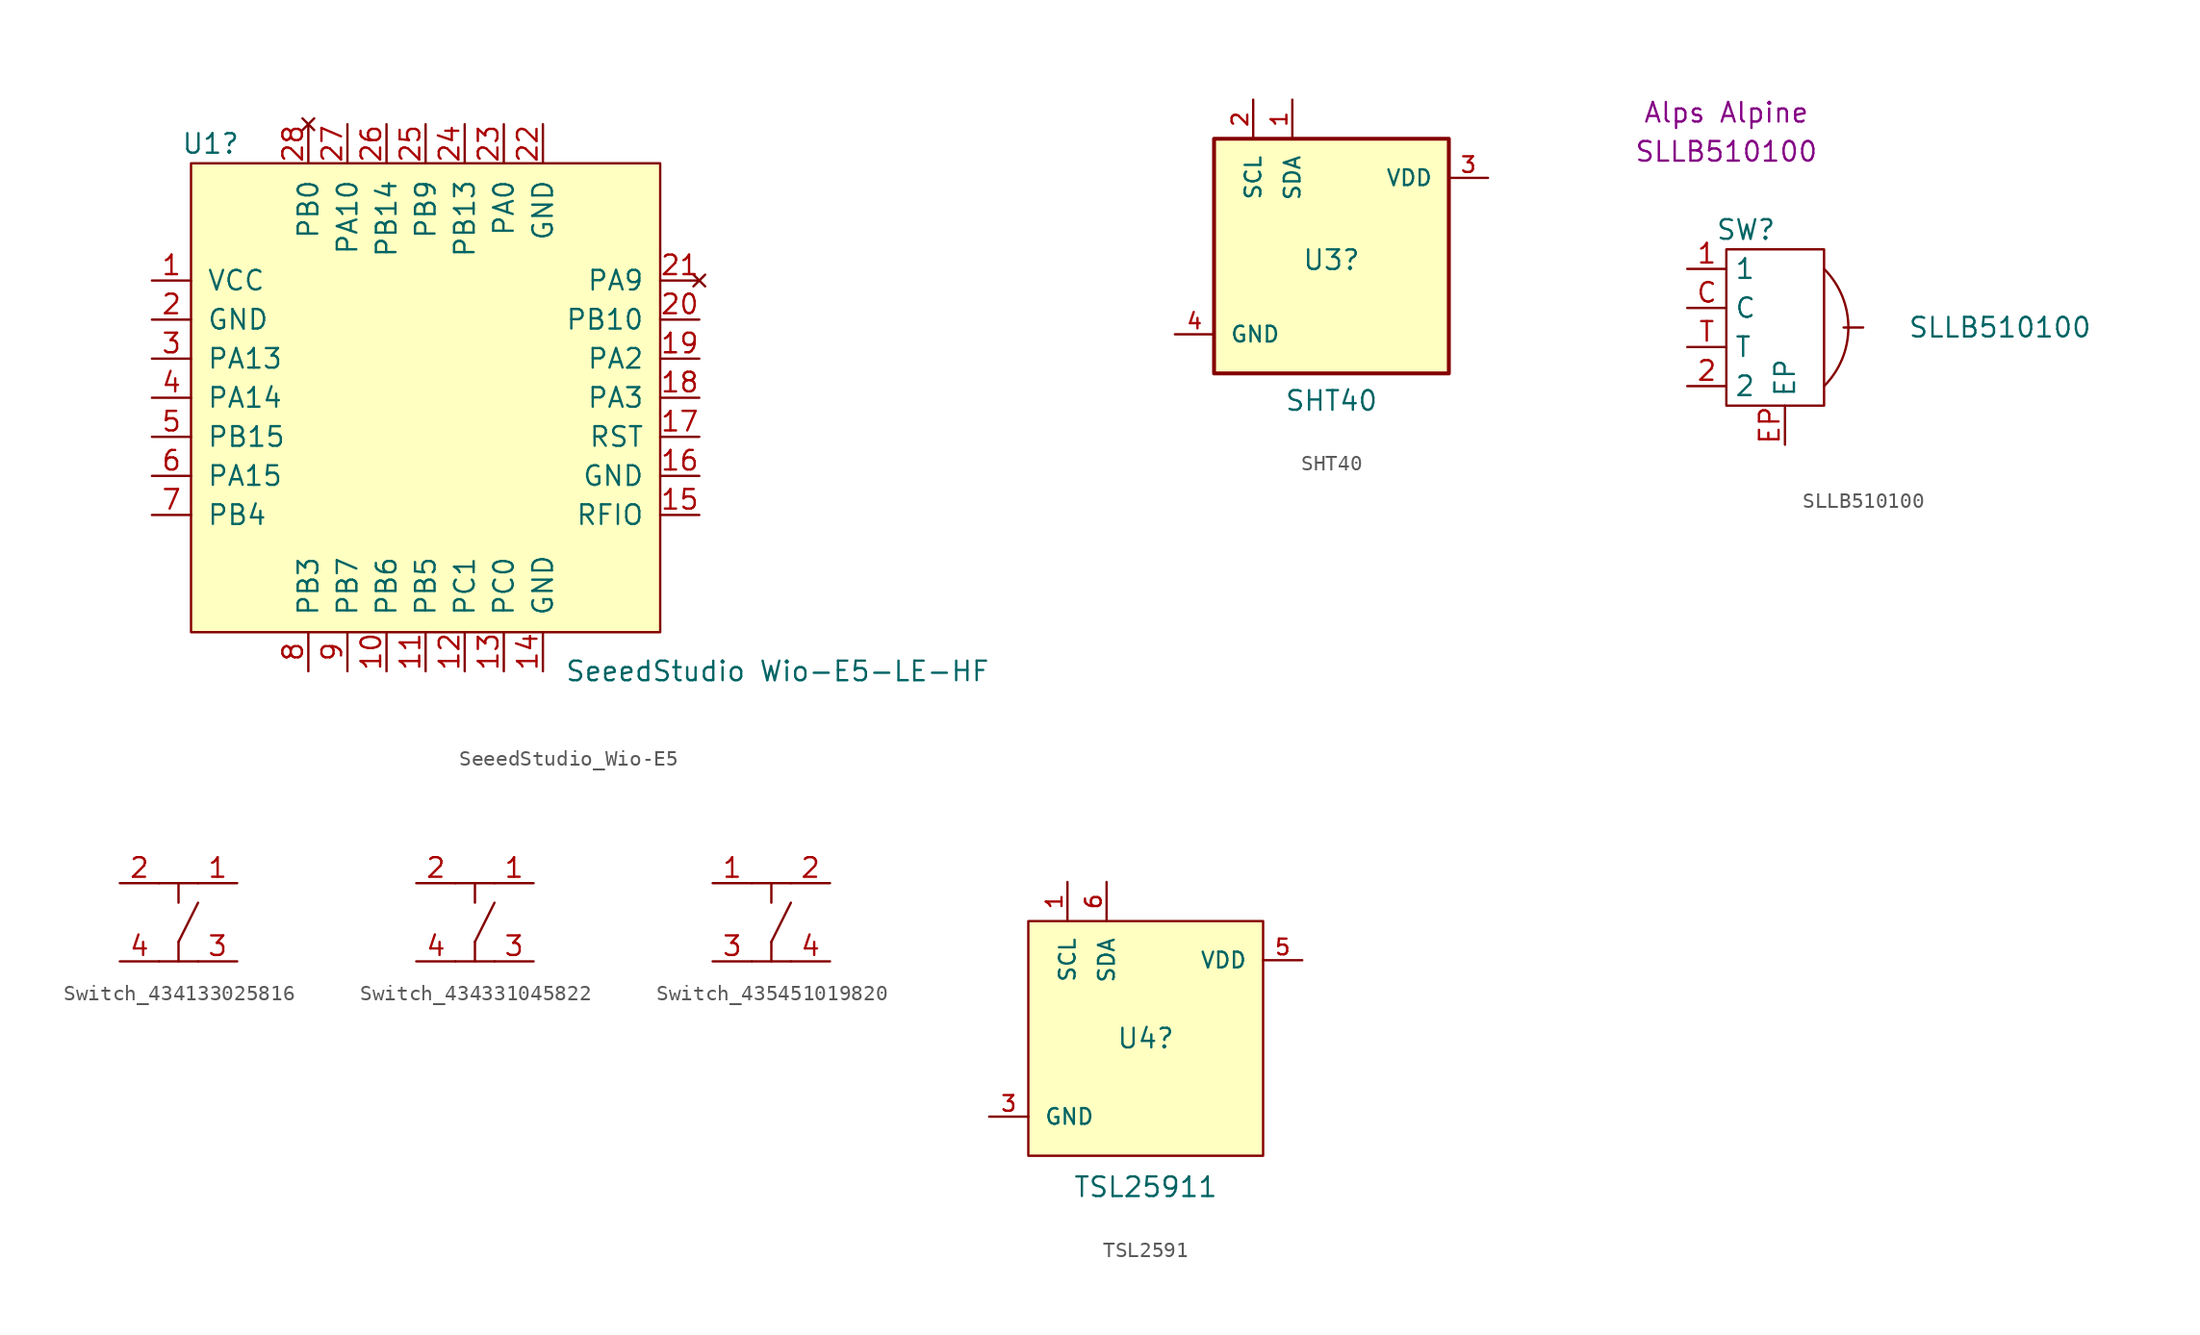
<source format=kicad_sym>
(kicad_symbol_lib
  (version 20231120)
  (generator "kicad_symbol_editor")
  (generator_version "8.0")
  (symbol "SeeedStudio_Wio-E5"
    (pin_names
      (offset 1.016))
    (property "Reference" "U1"
      (at -13.97 16.51 0)
      (effects (font (size 1.27 1.27))))
    (property "Value" "SeeedStudio Wio-E5-LE-HF"
      (at 22.86 -17.78 0)
      (effects (font (size 1.27 1.27))))
    (symbol "SeeedStudio_Wio-E5_0_1"
      (rectangle (start -15.24 15.24) (end 15.24 -15.24) (stroke (width 0) (type default)) (fill (type background))))
    (symbol "SeeedStudio_Wio-E5_1_1"
      (pin power_in line (at -17.78 7.62 0) (length 2.54) (name "VCC" (effects (font (size 1.27 1.27)))) (number "1" (effects (font (size 1.27 1.27)))))
      (pin output line (at -2.54 -17.78 90) (length 2.54) (name "PB6" (effects (font (size 1.27 1.27)))) (number "10" (effects (font (size 1.27 1.27)))))
      (pin output line (at 0 -17.78 90) (length 2.54) (name "PB5" (effects (font (size 1.27 1.27)))) (number "11" (effects (font (size 1.27 1.27)))))
      (pin output line (at 2.54 -17.78 90) (length 2.54) (name "PC1" (effects (font (size 1.27 1.27)))) (number "12" (effects (font (size 1.27 1.27)))))
      (pin output line (at 5.08 -17.78 90) (length 2.54) (name "PC0" (effects (font (size 1.27 1.27)))) (number "13" (effects (font (size 1.27 1.27)))))
      (pin power_in line (at 7.62 -17.78 90) (length 2.54) (name "GND" (effects (font (size 1.27 1.27)))) (number "14" (effects (font (size 1.27 1.27)))))
      (pin bidirectional line (at 17.78 -7.62 180) (length 2.54) (name "RFIO" (effects (font (size 1.27 1.27)))) (number "15" (effects (font (size 1.27 1.27)))))
      (pin power_in line (at 17.78 -5.08 180) (length 2.54) (name "GND" (effects (font (size 1.27 1.27)))) (number "16" (effects (font (size 1.27 1.27)))))
      (pin input line (at 17.78 -2.54 180) (length 2.54) (name "RST" (effects (font (size 1.27 1.27)))) (number "17" (effects (font (size 1.27 1.27)))))
      (pin input line (at 17.78 0 180) (length 2.54) (name "PA3" (effects (font (size 1.27 1.27)))) (number "18" (effects (font (size 1.27 1.27)))))
      (pin output line (at 17.78 2.54 180) (length 2.54) (name "PA2" (effects (font (size 1.27 1.27)))) (number "19" (effects (font (size 1.27 1.27)))))
      (pin power_in line (at -17.78 5.08 0) (length 2.54) (name "GND" (effects (font (size 1.27 1.27)))) (number "2" (effects (font (size 1.27 1.27)))))
      (pin input line (at 17.78 5.08 180) (length 2.54) (name "PB10" (effects (font (size 1.27 1.27)))) (number "20" (effects (font (size 1.27 1.27)))))
      (pin no_connect line (at 17.78 7.62 180) (length 2.54) (name "PA9" (effects (font (size 1.27 1.27)))) (number "21" (effects (font (size 1.27 1.27)))))
      (pin power_in line (at 7.62 17.78 270) (length 2.54) (name "GND" (effects (font (size 1.27 1.27)))) (number "22" (effects (font (size 1.27 1.27)))))
      (pin output line (at 5.08 17.78 270) (length 2.54) (name "PA0" (effects (font (size 1.27 1.27)))) (number "23" (effects (font (size 1.27 1.27)))))
      (pin output line (at 2.54 17.78 270) (length 2.54) (name "PB13~{}" (effects (font (size 1.27 1.27)))) (number "24" (effects (font (size 1.27 1.27)))))
      (pin output line (at 0 17.78 270) (length 2.54) (name "PB9" (effects (font (size 1.27 1.27)))) (number "25" (effects (font (size 1.27 1.27)))))
      (pin output line (at -2.54 17.78 270) (length 2.54) (name "PB14" (effects (font (size 1.27 1.27)))) (number "26" (effects (font (size 1.27 1.27)))))
      (pin output line (at -5.08 17.78 270) (length 2.54) (name "PA10" (effects (font (size 1.27 1.27)))) (number "27" (effects (font (size 1.27 1.27)))))
      (pin no_connect line (at -7.62 17.78 270) (length 2.54) (name "PB0" (effects (font (size 1.27 1.27)))) (number "28" (effects (font (size 1.27 1.27)))))
      (pin bidirectional line (at -17.78 2.54 0) (length 2.54) (name "PA13" (effects (font (size 1.27 1.27)))) (number "3" (effects (font (size 1.27 1.27)))))
      (pin input line (at -17.78 0 0) (length 2.54) (name "PA14" (effects (font (size 1.27 1.27)))) (number "4" (effects (font (size 1.27 1.27)))))
      (pin output line (at -17.78 -2.54 0) (length 2.54) (name "PB15" (effects (font (size 1.27 1.27)))) (number "5" (effects (font (size 1.27 1.27)))))
      (pin bidirectional line (at -17.78 -5.08 0) (length 2.54) (name "PA15" (effects (font (size 1.27 1.27)))) (number "6" (effects (font (size 1.27 1.27)))))
      (pin input line (at -17.78 -7.62 0) (length 2.54) (name "PB4" (effects (font (size 1.27 1.27)))) (number "7" (effects (font (size 1.27 1.27)))))
      (pin input line (at -7.62 -17.78 90) (length 2.54) (name "PB3" (effects (font (size 1.27 1.27)))) (number "8" (effects (font (size 1.27 1.27)))))
      (pin input line (at -5.08 -17.78 90) (length 2.54) (name "PB7" (effects (font (size 1.27 1.27)))) (number "9" (effects (font (size 1.27 1.27)))))))
  (symbol "SHT40"
    (pin_names
      (offset 1.016))
    (property "Reference" "U3"
      (at 0 -0.254 0)
      (effects (font (size 1.27 1.27))))
    (property "Value" "SHT40"
      (at 0 -9.398 0)
      (effects (font (size 1.27 1.27))))
    (symbol "SHT40_0_0"
      (rectangle (start -7.62 7.62) (end 7.62 -7.62) (stroke (width 0.254) (type default)) (fill (type background))))
    (symbol "SHT40_1_0"
      (pin bidirectional line (at -2.54 10.16 270) (length 2.54) (name "SDA" (effects (font (size 1.016 1.016)))) (number "1" (effects (font (size 1.016 1.016)))))
      (pin input line (at -5.08 10.16 270) (length 2.54) (name "SCL" (effects (font (size 1.016 1.016)))) (number "2" (effects (font (size 1.016 1.016)))))
      (pin power_in line (at 10.16 5.08 180) (length 2.54) (name "VDD" (effects (font (size 1.016 1.016)))) (number "3" (effects (font (size 1.016 1.016)))))
      (pin power_in line (at -10.16 -5.08 0) (length 2.54) (name "GND" (effects (font (size 1.016 1.016)))) (number "4" (effects (font (size 1.016 1.016)))))))
  (symbol "SLLB510100"
    (property "Reference" "SW"
      (at 1.27 0 0)
      (effects (font (size 1.27 1.27))))
    (property "Value" "SLLB510100"
      (at 17.78 -6.35 0)
      (effects (font (size 1.27 1.27))))
    (property "manufacturerName" "Alps Alpine"
      (at 0 7.62 0)
      (effects (font (size 1.27 1.27))))
    (property "manufacturerPartNumber" "SLLB510100"
      (at 0 5.08 0)
      (effects (font (size 1.27 1.27))))
    (symbol "SLLB510100_0_1"
      (rectangle (start 0 -1.27) (end 6.35 -11.43) (stroke (width 0) (type default)) (fill (type none)))
      (polyline (pts (xy 7.62 -6.35) (xy 8.89 -6.35)) (stroke (width 0) (type default)) (fill (type none)))
      (arc (start 6.35 -10.16) (mid 7.9282 -6.35) (end 6.35 -2.54) (stroke (width 0) (type default)) (fill (type none))))
    (symbol "SLLB510100_1_1"
      (pin input line (at -2.54 -2.54 0) (length 2.54) (name "1" (effects (font (size 1.27 1.27)))) (number "1" (effects (font (size 1.27 1.27)))))
      (pin input line (at -2.54 -10.16 0) (length 2.54) (name "2" (effects (font (size 1.27 1.27)))) (number "2" (effects (font (size 1.27 1.27)))))
      (pin input line (at -2.54 -5.08 0) (length 2.54) (name "C" (effects (font (size 1.27 1.27)))) (number "C" (effects (font (size 1.27 1.27)))))
      (pin passive line (at 3.81 -13.97 90) (length 2.54) (name "EP" (effects (font (size 1.27 1.27)))) (number "EP" (effects (font (size 1.27 1.27)))))
      (pin input line (at -2.54 -7.62 0) (length 2.54) (name "T" (effects (font (size 1.27 1.27)))) (number "T" (effects (font (size 1.27 1.27)))))))
  (symbol "Switch_434133025816"
    (pin_names
      (offset 1.016) hide)
    (property "Reference" "SW1"
      (at 0 6.35 0)
      (effects (font (size 1.27 1.27)) (justify left) (hide yes)))
    (symbol "Switch_434133025816_0_1"
      (polyline (pts (xy 0 -1.27) (xy 0 -2.54)) (stroke (width 0) (type default)) (fill (type none)))
      (polyline (pts (xy 0 2.54) (xy 0 1.27)) (stroke (width 0) (type default)) (fill (type none)))
      (polyline (pts (xy 1.27 -2.54) (xy -1.27 -2.54)) (stroke (width 0) (type default)) (fill (type none)))
      (polyline (pts (xy 1.27 1.27) (xy 0 -1.27)) (stroke (width 0) (type default)) (fill (type none)))
      (polyline (pts (xy 1.27 2.54) (xy -1.27 2.54)) (stroke (width 0) (type default)) (fill (type none))))
    (symbol "Switch_434133025816_1_1"
      (pin passive line (at 3.81 2.54 180) (length 2.54) (name "1" (effects (font (size 1.27 1.27)))) (number "1" (effects (font (size 1.27 1.27)))))
      (pin passive line (at -3.81 2.54 0) (length 2.54) (name "2" (effects (font (size 1.27 1.27)))) (number "2" (effects (font (size 1.27 1.27)))))
      (pin passive line (at 3.81 -2.54 180) (length 2.54) (name "3" (effects (font (size 1.27 1.27)))) (number "3" (effects (font (size 1.27 1.27)))))
      (pin passive line (at -3.81 -2.54 0) (length 2.54) (name "4" (effects (font (size 1.27 1.27)))) (number "4" (effects (font (size 1.27 1.27)))))))
  (symbol "Switch_434331045822"
    (pin_names
      (offset 1.016) hide)
    (property "Reference" "SW1"
      (at 0 6.35 0)
      (effects (font (size 1.27 1.27)) (justify left) (hide yes)))
    (symbol "Switch_434331045822_0_1"
      (polyline (pts (xy 0 -1.27) (xy 0 -2.54)) (stroke (width 0) (type default)) (fill (type none)))
      (polyline (pts (xy 0 2.54) (xy 0 1.27)) (stroke (width 0) (type default)) (fill (type none)))
      (polyline (pts (xy 1.27 -2.54) (xy -1.27 -2.54)) (stroke (width 0) (type default)) (fill (type none)))
      (polyline (pts (xy 1.27 1.27) (xy 0 -1.27)) (stroke (width 0) (type default)) (fill (type none)))
      (polyline (pts (xy 1.27 2.54) (xy -1.27 2.54)) (stroke (width 0) (type default)) (fill (type none))))
    (symbol "Switch_434331045822_1_1"
      (pin passive line (at 3.81 2.54 180) (length 2.54) (name "1" (effects (font (size 1.27 1.27)))) (number "1" (effects (font (size 1.27 1.27)))))
      (pin passive line (at -3.81 2.54 0) (length 2.54) (name "2" (effects (font (size 1.27 1.27)))) (number "2" (effects (font (size 1.27 1.27)))))
      (pin passive line (at 3.81 -2.54 180) (length 2.54) (name "3" (effects (font (size 1.27 1.27)))) (number "3" (effects (font (size 1.27 1.27)))))
      (pin passive line (at -3.81 -2.54 0) (length 2.54) (name "4" (effects (font (size 1.27 1.27)))) (number "4" (effects (font (size 1.27 1.27)))))))
  (symbol "Switch_435451019820"
    (pin_names
      (offset 1.016) hide)
    (property "Reference" "SW1"
      (at 5.588 7.62 0)
      (effects (font (size 1.27 1.27)) (justify left) (hide yes)))
    (symbol "Switch_435451019820_0_1"
      (polyline (pts (xy 0 -1.27) (xy 0 -2.54)) (stroke (width 0) (type default)) (fill (type none)))
      (polyline (pts (xy 0 2.54) (xy 0 1.27)) (stroke (width 0) (type default)) (fill (type none)))
      (polyline (pts (xy 1.27 -2.54) (xy -1.27 -2.54)) (stroke (width 0) (type default)) (fill (type none)))
      (polyline (pts (xy 1.27 1.27) (xy 0 -1.27)) (stroke (width 0) (type default)) (fill (type none)))
      (polyline (pts (xy 1.27 2.54) (xy -1.27 2.54)) (stroke (width 0) (type default)) (fill (type none))))
    (symbol "Switch_435451019820_1_1"
      (pin passive line (at -3.81 2.54 0) (length 2.54) (name "1" (effects (font (size 1.27 1.27)))) (number "1" (effects (font (size 1.27 1.27)))))
      (pin passive line (at 3.81 2.54 180) (length 2.54) (name "2" (effects (font (size 1.27 1.27)))) (number "2" (effects (font (size 1.27 1.27)))))
      (pin passive line (at -3.81 -2.54 0) (length 2.54) (name "3" (effects (font (size 1.27 1.27)))) (number "3" (effects (font (size 1.27 1.27)))))
      (pin passive line (at 3.81 -2.54 180) (length 2.54) (name "4" (effects (font (size 1.27 1.27)))) (number "4" (effects (font (size 1.27 1.27)))))))
  (symbol "TSL2591"
    (pin_names
      (offset 1.016))
    (property "Reference" "U4"
      (at 0 0 0)
      (effects (font (size 1.27 1.27))))
    (property "Value" "TSL25911"
      (at 0 -9.652 0)
      (effects (font (size 1.27 1.27))))
    (symbol "TSL2591_0_1"
      (rectangle (start -7.62 7.62) (end 7.62 -7.62) (stroke (width 0) (type default)) (fill (type background))))
    (symbol "TSL2591_1_0"
      (pin input line (at -5.08 10.16 270) (length 2.54) (name "SCL" (effects (font (size 1.016 1.016)))) (number "1" (effects (font (size 1.016 1.016)))))
      (pin no_connect line (at 0 1.27 0) (length 5.08) hide (name "INT" (effects (font (size 1.016 1.016)))) (number "2" (effects (font (size 1.016 1.016)))))
      (pin power_in line (at -10.16 -5.08 0) (length 2.54) (name "GND" (effects (font (size 1.016 1.016)))) (number "3" (effects (font (size 1.016 1.016)))))
      (pin no_connect line (at 0 -1.27 0) (length 5.08) hide (name "NC" (effects (font (size 1.016 1.016)))) (number "4" (effects (font (size 1.016 1.016)))))
      (pin power_in line (at 10.16 5.08 180) (length 2.54) (name "VDD" (effects (font (size 1.016 1.016)))) (number "5" (effects (font (size 1.016 1.016)))))
      (pin bidirectional line (at -2.54 10.16 270) (length 2.54) (name "SDA" (effects (font (size 1.016 1.016)))) (number "6" (effects (font (size 1.016 1.016))))))))
</source>
